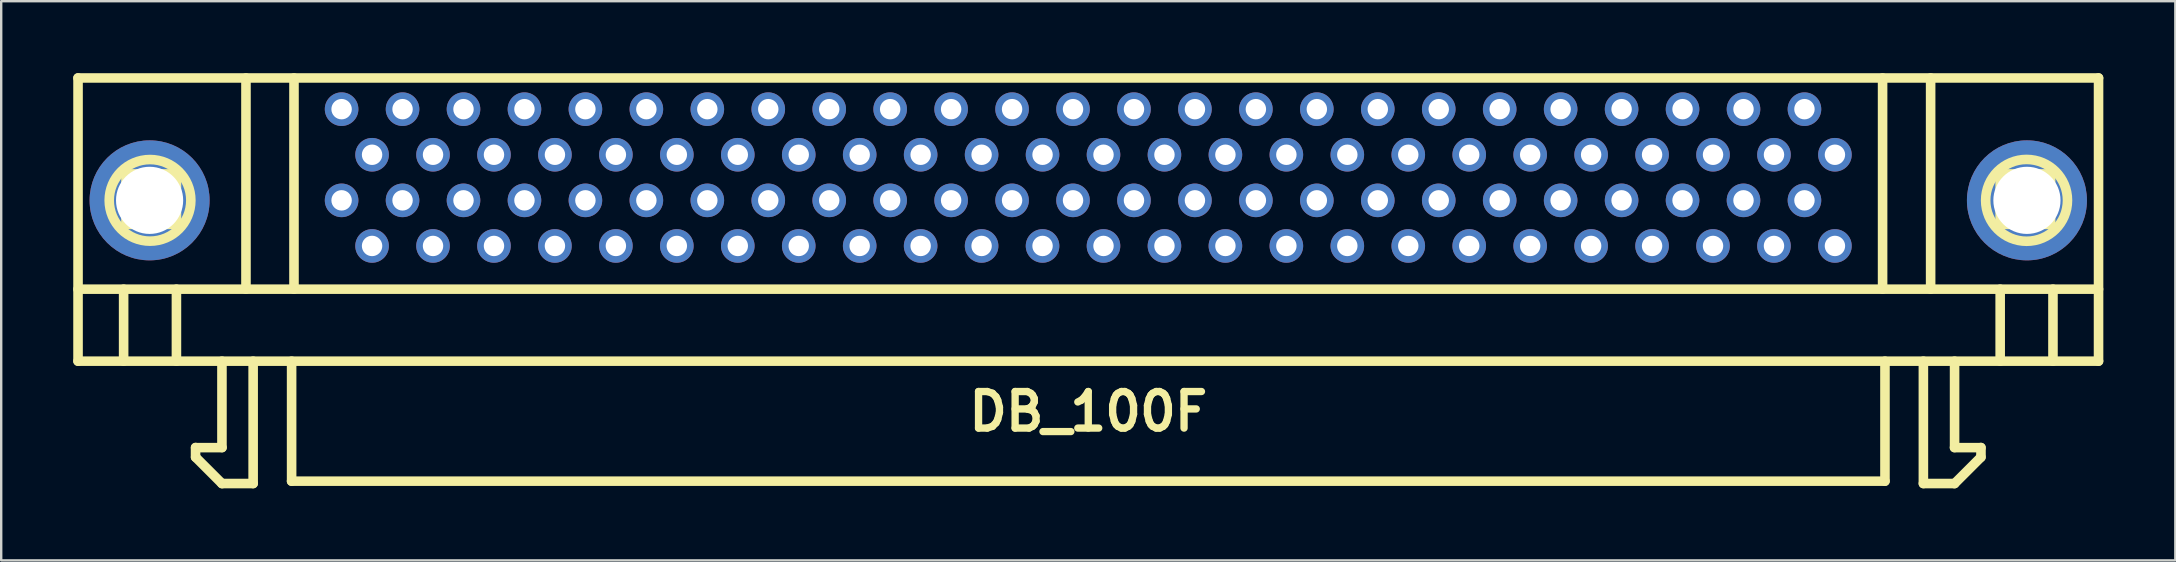
<source format=kicad_pcb>
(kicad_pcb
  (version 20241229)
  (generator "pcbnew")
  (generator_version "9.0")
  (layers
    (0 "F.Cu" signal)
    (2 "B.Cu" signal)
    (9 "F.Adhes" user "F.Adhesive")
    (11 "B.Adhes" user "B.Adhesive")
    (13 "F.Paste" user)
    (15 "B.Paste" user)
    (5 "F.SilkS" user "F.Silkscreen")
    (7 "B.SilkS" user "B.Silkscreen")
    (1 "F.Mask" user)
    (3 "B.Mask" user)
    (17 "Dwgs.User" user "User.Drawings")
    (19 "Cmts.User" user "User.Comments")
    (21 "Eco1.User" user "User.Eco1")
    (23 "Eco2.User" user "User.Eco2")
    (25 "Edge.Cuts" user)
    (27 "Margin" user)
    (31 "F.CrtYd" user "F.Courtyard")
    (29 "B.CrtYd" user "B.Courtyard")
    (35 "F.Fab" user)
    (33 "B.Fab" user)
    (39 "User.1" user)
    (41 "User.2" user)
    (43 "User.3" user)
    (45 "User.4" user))
  (footprint "DB_100F"
    (layer "F.Cu")
    (at 42.3 10.9)
    (property "Reference" "DB_100F" (at 0 3.2 0) (layer "F.SilkS") (effects (font (size 1.524 1.524) (thickness 0.305))))
    (attr through_hole)
    (fp_line (start -42.1 -10.701) (end 42.1 -10.701) (stroke (width 0.399) (type solid)) (layer "F.SilkS"))
    (fp_line (start -42.1 -1.9) (end 42.1 -1.9) (stroke (width 0.399) (type solid)) (layer "F.SilkS"))
    (fp_line (start -42.098 -10.701) (end -42.098 1.1) (stroke (width 0.399) (type solid)) (layer "F.SilkS"))
    (fp_line (start -40.198 -1.9) (end -40.198 1.1) (stroke (width 0.399) (type solid)) (layer "F.SilkS"))
    (fp_line (start -40.099 -6.701) (end -37.998 -6.701) (stroke (width 0.399) (type solid)) (layer "F.SilkS"))
    (fp_line (start -40.099 -4.6) (end -40.099 -6.701) (stroke (width 0.399) (type solid)) (layer "F.SilkS"))
    (fp_line (start -37.998 -6.701) (end -37.998 -4.6) (stroke (width 0.399) (type solid)) (layer "F.SilkS"))
    (fp_line (start -37.998 -4.6) (end -40.099 -4.6) (stroke (width 0.399) (type solid)) (layer "F.SilkS"))
    (fp_line (start -37.998 1.1) (end -37.998 -1.9) (stroke (width 0.399) (type solid)) (layer "F.SilkS"))
    (fp_line (start -37.201 4.699) (end -37.201 5.1) (stroke (width 0.399) (type solid)) (layer "F.SilkS"))
    (fp_line (start -37.198 4.704) (end -36.098 4.704) (stroke (width 0.399) (type solid)) (layer "F.SilkS"))
    (fp_line (start -36.101 4.699) (end -36.101 1.1) (stroke (width 0.399) (type solid)) (layer "F.SilkS"))
    (fp_line (start -36.101 6.2) (end -34.801 6.2) (stroke (width 0.399) (type solid)) (layer "F.SilkS"))
    (fp_line (start -36.098 6.203) (end -37.198 5.103) (stroke (width 0.399) (type solid)) (layer "F.SilkS"))
    (fp_line (start -35.1 -1.9) (end -35.1 -10.701) (stroke (width 0.399) (type solid)) (layer "F.SilkS"))
    (fp_line (start -34.801 6.2) (end -34.801 1.1) (stroke (width 0.399) (type solid)) (layer "F.SilkS"))
    (fp_line (start -33.198 6.101) (end -33.198 1.1) (stroke (width 0.399) (type solid)) (layer "F.SilkS"))
    (fp_line (start -33.099 -10.701) (end -33.099 -1.9) (stroke (width 0.399) (type solid)) (layer "F.SilkS"))
    (fp_line (start 33.101 -10.701) (end 33.101 -1.9) (stroke (width 0.399) (type solid)) (layer "F.SilkS"))
    (fp_line (start 33.2 6.101) (end -33.2 6.101) (stroke (width 0.399) (type solid)) (layer "F.SilkS"))
    (fp_line (start 33.2 6.101) (end 33.2 1.1) (stroke (width 0.399) (type solid)) (layer "F.SilkS"))
    (fp_line (start 34.801 6.2) (end 34.801 1.1) (stroke (width 0.399) (type solid)) (layer "F.SilkS"))
    (fp_line (start 35.103 -1.9) (end 35.103 -10.701) (stroke (width 0.399) (type solid)) (layer "F.SilkS"))
    (fp_line (start 36.098 6.203) (end 37.198 5.103) (stroke (width 0.399) (type solid)) (layer "F.SilkS"))
    (fp_line (start 36.101 4.699) (end 36.101 1.1) (stroke (width 0.399) (type solid)) (layer "F.SilkS"))
    (fp_line (start 36.101 6.2) (end 34.801 6.2) (stroke (width 0.399) (type solid)) (layer "F.SilkS"))
    (fp_line (start 37.198 4.704) (end 36.098 4.704) (stroke (width 0.399) (type solid)) (layer "F.SilkS"))
    (fp_line (start 37.201 4.699) (end 37.201 5.1) (stroke (width 0.399) (type solid)) (layer "F.SilkS"))
    (fp_line (start 38.001 -6.701) (end 38.001 -4.6) (stroke (width 0.399) (type solid)) (layer "F.SilkS"))
    (fp_line (start 38.001 -4.6) (end 40.102 -4.6) (stroke (width 0.399) (type solid)) (layer "F.SilkS"))
    (fp_line (start 38.001 -1.9) (end 38.001 1.1) (stroke (width 0.399) (type solid)) (layer "F.SilkS"))
    (fp_line (start 40.102 -6.701) (end 38.001 -6.701) (stroke (width 0.399) (type solid)) (layer "F.SilkS"))
    (fp_line (start 40.102 -4.6) (end 40.102 -6.701) (stroke (width 0.399) (type solid)) (layer "F.SilkS"))
    (fp_line (start 40.201 -1.9) (end 40.201 1.1) (stroke (width 0.399) (type solid)) (layer "F.SilkS"))
    (fp_line (start 42.1 1.1) (end -42.1 1.1) (stroke (width 0.399) (type solid)) (layer "F.SilkS"))
    (fp_line (start 42.1 1.1) (end 42.1 -10.701) (stroke (width 0.399) (type solid)) (layer "F.SilkS"))
    (fp_circle (center -39.098 -5.601) (end -40.599 -6.401) (stroke (width 0.399) (type solid)) (fill no) (layer "F.SilkS"))
    (fp_circle (center 39.101 -5.601) (end 40.803 -5.499) (stroke (width 0.399) (type solid)) (fill no) (layer "F.SilkS"))
    (pad "" thru_hole circle (at -39.116 -5.601) (size 5.001 5.001) (drill 2.799) (layers "*.Cu" "*.Mask"))
    (pad "" thru_hole circle (at 39.116 -5.601) (size 5.001 5.001) (drill 2.799) (layers "*.Cu" "*.Mask"))
    (pad "1" thru_hole circle (at 31.115 -7.501) (size 1.4 1.4) (drill 0.851) (layers "*.Cu" "*.Mask"))
    (pad "2" thru_hole circle (at 29.845 -9.401) (size 1.4 1.4) (drill 0.851) (layers "*.Cu" "*.Mask"))
    (pad "3" thru_hole circle (at 28.575 -7.501) (size 1.4 1.4) (drill 0.851) (layers "*.Cu" "*.Mask"))
    (pad "4" thru_hole circle (at 27.305 -9.401) (size 1.4 1.4) (drill 0.851) (layers "*.Cu" "*.Mask"))
    (pad "5" thru_hole circle (at 26.035 -7.501) (size 1.4 1.4) (drill 0.851) (layers "*.Cu" "*.Mask"))
    (pad "6" thru_hole circle (at 24.765 -9.401) (size 1.4 1.4) (drill 0.851) (layers "*.Cu" "*.Mask"))
    (pad "7" thru_hole circle (at 23.495 -7.501) (size 1.4 1.4) (drill 0.851) (layers "*.Cu" "*.Mask"))
    (pad "8" thru_hole circle (at 22.225 -9.401) (size 1.4 1.4) (drill 0.851) (layers "*.Cu" "*.Mask"))
    (pad "9" thru_hole circle (at 20.955 -7.501) (size 1.4 1.4) (drill 0.851) (layers "*.Cu" "*.Mask"))
    (pad "10" thru_hole circle (at 19.685 -9.401) (size 1.4 1.4) (drill 0.851) (layers "*.Cu" "*.Mask"))
    (pad "11" thru_hole circle (at 18.415 -7.501) (size 1.4 1.4) (drill 0.851) (layers "*.Cu" "*.Mask"))
    (pad "12" thru_hole circle (at 17.145 -9.401) (size 1.4 1.4) (drill 0.851) (layers "*.Cu" "*.Mask"))
    (pad "13" thru_hole circle (at 15.875 -7.501) (size 1.4 1.4) (drill 0.851) (layers "*.Cu" "*.Mask"))
    (pad "14" thru_hole circle (at 14.605 -9.401) (size 1.4 1.4) (drill 0.851) (layers "*.Cu" "*.Mask"))
    (pad "15" thru_hole circle (at 13.335 -7.501) (size 1.4 1.4) (drill 0.851) (layers "*.Cu" "*.Mask"))
    (pad "16" thru_hole circle (at 12.065 -9.401) (size 1.4 1.4) (drill 0.851) (layers "*.Cu" "*.Mask"))
    (pad "17" thru_hole circle (at 10.795 -7.501) (size 1.4 1.4) (drill 0.851) (layers "*.Cu" "*.Mask"))
    (pad "18" thru_hole circle (at 9.525 -9.401) (size 1.4 1.4) (drill 0.851) (layers "*.Cu" "*.Mask"))
    (pad "19" thru_hole circle (at 8.255 -7.501) (size 1.4 1.4) (drill 0.851) (layers "*.Cu" "*.Mask"))
    (pad "20" thru_hole circle (at 6.985 -9.401) (size 1.4 1.4) (drill 0.851) (layers "*.Cu" "*.Mask"))
    (pad "21" thru_hole circle (at 5.715 -7.501) (size 1.4 1.4) (drill 0.851) (layers "*.Cu" "*.Mask"))
    (pad "22" thru_hole circle (at 4.445 -9.401) (size 1.4 1.4) (drill 0.851) (layers "*.Cu" "*.Mask"))
    (pad "23" thru_hole circle (at 3.175 -7.501) (size 1.4 1.4) (drill 0.851) (layers "*.Cu" "*.Mask"))
    (pad "24" thru_hole circle (at 1.905 -9.401) (size 1.4 1.4) (drill 0.851) (layers "*.Cu" "*.Mask"))
    (pad "25" thru_hole circle (at 0.635 -7.501) (size 1.4 1.4) (drill 0.851) (layers "*.Cu" "*.Mask"))
    (pad "26" thru_hole circle (at -0.635 -9.401) (size 1.4 1.4) (drill 0.851) (layers "*.Cu" "*.Mask"))
    (pad "27" thru_hole circle (at -1.905 -7.501) (size 1.4 1.4) (drill 0.851) (layers "*.Cu" "*.Mask"))
    (pad "28" thru_hole circle (at -3.175 -9.401) (size 1.4 1.4) (drill 0.851) (layers "*.Cu" "*.Mask"))
    (pad "29" thru_hole circle (at -4.445 -7.501) (size 1.4 1.4) (drill 0.851) (layers "*.Cu" "*.Mask"))
    (pad "30" thru_hole circle (at -5.715 -9.401) (size 1.4 1.4) (drill 0.851) (layers "*.Cu" "*.Mask"))
    (pad "31" thru_hole circle (at -6.985 -7.501) (size 1.4 1.4) (drill 0.851) (layers "*.Cu" "*.Mask"))
    (pad "32" thru_hole circle (at -8.255 -9.401) (size 1.4 1.4) (drill 0.851) (layers "*.Cu" "*.Mask"))
    (pad "33" thru_hole circle (at -9.525 -7.501) (size 1.4 1.4) (drill 0.851) (layers "*.Cu" "*.Mask"))
    (pad "34" thru_hole circle (at -10.795 -9.401) (size 1.4 1.4) (drill 0.851) (layers "*.Cu" "*.Mask"))
    (pad "35" thru_hole circle (at -12.065 -7.501) (size 1.4 1.4) (drill 0.851) (layers "*.Cu" "*.Mask"))
    (pad "36" thru_hole circle (at -13.335 -9.401) (size 1.4 1.4) (drill 0.851) (layers "*.Cu" "*.Mask"))
    (pad "37" thru_hole circle (at -14.605 -7.501) (size 1.4 1.4) (drill 0.851) (layers "*.Cu" "*.Mask"))
    (pad "38" thru_hole circle (at -15.875 -9.401) (size 1.4 1.4) (drill 0.851) (layers "*.Cu" "*.Mask"))
    (pad "39" thru_hole circle (at -17.145 -7.501) (size 1.4 1.4) (drill 0.851) (layers "*.Cu" "*.Mask"))
    (pad "40" thru_hole circle (at -18.415 -9.401) (size 1.4 1.4) (drill 0.851) (layers "*.Cu" "*.Mask"))
    (pad "41" thru_hole circle (at -19.685 -7.501) (size 1.4 1.4) (drill 0.851) (layers "*.Cu" "*.Mask"))
    (pad "42" thru_hole circle (at -20.955 -9.401) (size 1.4 1.4) (drill 0.851) (layers "*.Cu" "*.Mask"))
    (pad "43" thru_hole circle (at -22.225 -7.501) (size 1.4 1.4) (drill 0.851) (layers "*.Cu" "*.Mask"))
    (pad "44" thru_hole circle (at -23.495 -9.401) (size 1.4 1.4) (drill 0.851) (layers "*.Cu" "*.Mask"))
    (pad "45" thru_hole circle (at -24.765 -7.501) (size 1.4 1.4) (drill 0.851) (layers "*.Cu" "*.Mask"))
    (pad "46" thru_hole circle (at -26.035 -9.401) (size 1.4 1.4) (drill 0.851) (layers "*.Cu" "*.Mask"))
    (pad "47" thru_hole circle (at -27.305 -7.501) (size 1.4 1.4) (drill 0.851) (layers "*.Cu" "*.Mask"))
    (pad "48" thru_hole circle (at -28.575 -9.401) (size 1.4 1.4) (drill 0.851) (layers "*.Cu" "*.Mask"))
    (pad "49" thru_hole circle (at -29.845 -7.501) (size 1.4 1.4) (drill 0.851) (layers "*.Cu" "*.Mask"))
    (pad "50" thru_hole circle (at -31.115 -9.401) (size 1.4 1.4) (drill 0.851) (layers "*.Cu" "*.Mask"))
    (pad "51" thru_hole circle (at 31.115 -3.701) (size 1.4 1.4) (drill 0.851) (layers "*.Cu" "*.Mask"))
    (pad "52" thru_hole circle (at 29.845 -5.601) (size 1.4 1.4) (drill 0.851) (layers "*.Cu" "*.Mask"))
    (pad "53" thru_hole circle (at 28.575 -3.701) (size 1.4 1.4) (drill 0.851) (layers "*.Cu" "*.Mask"))
    (pad "54" thru_hole circle (at 27.305 -5.601) (size 1.4 1.4) (drill 0.851) (layers "*.Cu" "*.Mask"))
    (pad "55" thru_hole circle (at 26.035 -3.701) (size 1.4 1.4) (drill 0.851) (layers "*.Cu" "*.Mask"))
    (pad "56" thru_hole circle (at 24.765 -5.601) (size 1.4 1.4) (drill 0.851) (layers "*.Cu" "*.Mask"))
    (pad "57" thru_hole circle (at 23.495 -3.701) (size 1.4 1.4) (drill 0.851) (layers "*.Cu" "*.Mask"))
    (pad "58" thru_hole circle (at 22.225 -5.601) (size 1.4 1.4) (drill 0.851) (layers "*.Cu" "*.Mask"))
    (pad "59" thru_hole circle (at 20.955 -3.701) (size 1.4 1.4) (drill 0.851) (layers "*.Cu" "*.Mask"))
    (pad "60" thru_hole circle (at 19.685 -5.601) (size 1.4 1.4) (drill 0.851) (layers "*.Cu" "*.Mask"))
    (pad "61" thru_hole circle (at 18.415 -3.701) (size 1.4 1.4) (drill 0.851) (layers "*.Cu" "*.Mask"))
    (pad "62" thru_hole circle (at 17.145 -5.601) (size 1.4 1.4) (drill 0.851) (layers "*.Cu" "*.Mask"))
    (pad "63" thru_hole circle (at 15.875 -3.701) (size 1.4 1.4) (drill 0.851) (layers "*.Cu" "*.Mask"))
    (pad "64" thru_hole circle (at 14.605 -5.601) (size 1.4 1.4) (drill 0.851) (layers "*.Cu" "*.Mask"))
    (pad "65" thru_hole circle (at 13.335 -3.701) (size 1.4 1.4) (drill 0.851) (layers "*.Cu" "*.Mask"))
    (pad "66" thru_hole circle (at 12.065 -5.601) (size 1.4 1.4) (drill 0.851) (layers "*.Cu" "*.Mask"))
    (pad "67" thru_hole circle (at 10.795 -3.701) (size 1.4 1.4) (drill 0.851) (layers "*.Cu" "*.Mask"))
    (pad "68" thru_hole circle (at 9.525 -5.601) (size 1.4 1.4) (drill 0.851) (layers "*.Cu" "*.Mask"))
    (pad "69" thru_hole circle (at 8.255 -3.701) (size 1.4 1.4) (drill 0.851) (layers "*.Cu" "*.Mask"))
    (pad "70" thru_hole circle (at 6.985 -5.601) (size 1.4 1.4) (drill 0.851) (layers "*.Cu" "*.Mask"))
    (pad "71" thru_hole circle (at 5.715 -3.701) (size 1.4 1.4) (drill 0.851) (layers "*.Cu" "*.Mask"))
    (pad "72" thru_hole circle (at 4.445 -5.601) (size 1.4 1.4) (drill 0.851) (layers "*.Cu" "*.Mask"))
    (pad "73" thru_hole circle (at 3.175 -3.701) (size 1.4 1.4) (drill 0.851) (layers "*.Cu" "*.Mask"))
    (pad "74" thru_hole circle (at 1.905 -5.601) (size 1.4 1.4) (drill 0.851) (layers "*.Cu" "*.Mask"))
    (pad "75" thru_hole circle (at 0.635 -3.701) (size 1.4 1.4) (drill 0.851) (layers "*.Cu" "*.Mask"))
    (pad "76" thru_hole circle (at -0.635 -5.601) (size 1.4 1.4) (drill 0.851) (layers "*.Cu" "*.Mask"))
    (pad "77" thru_hole circle (at -1.905 -3.701) (size 1.4 1.4) (drill 0.851) (layers "*.Cu" "*.Mask"))
    (pad "78" thru_hole circle (at -3.175 -5.601) (size 1.4 1.4) (drill 0.851) (layers "*.Cu" "*.Mask"))
    (pad "79" thru_hole circle (at -4.445 -3.701) (size 1.4 1.4) (drill 0.851) (layers "*.Cu" "*.Mask"))
    (pad "80" thru_hole circle (at -5.715 -5.601) (size 1.4 1.4) (drill 0.851) (layers "*.Cu" "*.Mask"))
    (pad "81" thru_hole circle (at -6.985 -3.701) (size 1.4 1.4) (drill 0.851) (layers "*.Cu" "*.Mask"))
    (pad "82" thru_hole circle (at -8.255 -5.601) (size 1.4 1.4) (drill 0.851) (layers "*.Cu" "*.Mask"))
    (pad "83" thru_hole circle (at -9.525 -3.701) (size 1.4 1.4) (drill 0.851) (layers "*.Cu" "*.Mask"))
    (pad "84" thru_hole circle (at -10.795 -5.601) (size 1.4 1.4) (drill 0.851) (layers "*.Cu" "*.Mask"))
    (pad "85" thru_hole circle (at -12.065 -3.701) (size 1.4 1.4) (drill 0.851) (layers "*.Cu" "*.Mask"))
    (pad "86" thru_hole circle (at -13.335 -5.601) (size 1.4 1.4) (drill 0.851) (layers "*.Cu" "*.Mask"))
    (pad "87" thru_hole circle (at -14.605 -3.701) (size 1.4 1.4) (drill 0.851) (layers "*.Cu" "*.Mask"))
    (pad "88" thru_hole circle (at -15.875 -5.601) (size 1.4 1.4) (drill 0.851) (layers "*.Cu" "*.Mask"))
    (pad "89" thru_hole circle (at -17.145 -3.701) (size 1.4 1.4) (drill 0.851) (layers "*.Cu" "*.Mask"))
    (pad "90" thru_hole circle (at -18.415 -5.601) (size 1.4 1.4) (drill 0.851) (layers "*.Cu" "*.Mask"))
    (pad "91" thru_hole circle (at -19.685 -3.701) (size 1.4 1.4) (drill 0.851) (layers "*.Cu" "*.Mask"))
    (pad "92" thru_hole circle (at -20.955 -5.601) (size 1.4 1.4) (drill 0.851) (layers "*.Cu" "*.Mask"))
    (pad "93" thru_hole circle (at -22.225 -3.701) (size 1.4 1.4) (drill 0.851) (layers "*.Cu" "*.Mask"))
    (pad "94" thru_hole circle (at -23.495 -5.601) (size 1.4 1.4) (drill 0.851) (layers "*.Cu" "*.Mask"))
    (pad "95" thru_hole circle (at -24.765 -3.701) (size 1.4 1.4) (drill 0.851) (layers "*.Cu" "*.Mask"))
    (pad "96" thru_hole circle (at -26.035 -5.601) (size 1.4 1.4) (drill 0.851) (layers "*.Cu" "*.Mask"))
    (pad "97" thru_hole circle (at -27.305 -3.701) (size 1.4 1.4) (drill 0.851) (layers "*.Cu" "*.Mask"))
    (pad "98" thru_hole circle (at -28.575 -5.601) (size 1.4 1.4) (drill 0.851) (layers "*.Cu" "*.Mask"))
    (pad "99" thru_hole circle (at -29.845 -3.701) (size 1.4 1.4) (drill 0.851) (layers "*.Cu" "*.Mask"))
    (pad "100" thru_hole circle (at -31.115 -5.601) (size 1.4 1.4) (drill 0.851) (layers "*.Cu" "*.Mask")))
  (gr_rect
    (start -3 -3)
    (end 87.6 20.302)
    (stroke (width 0.1) (type default))
    (fill no)
    (layer "Edge.Cuts")))
</source>
